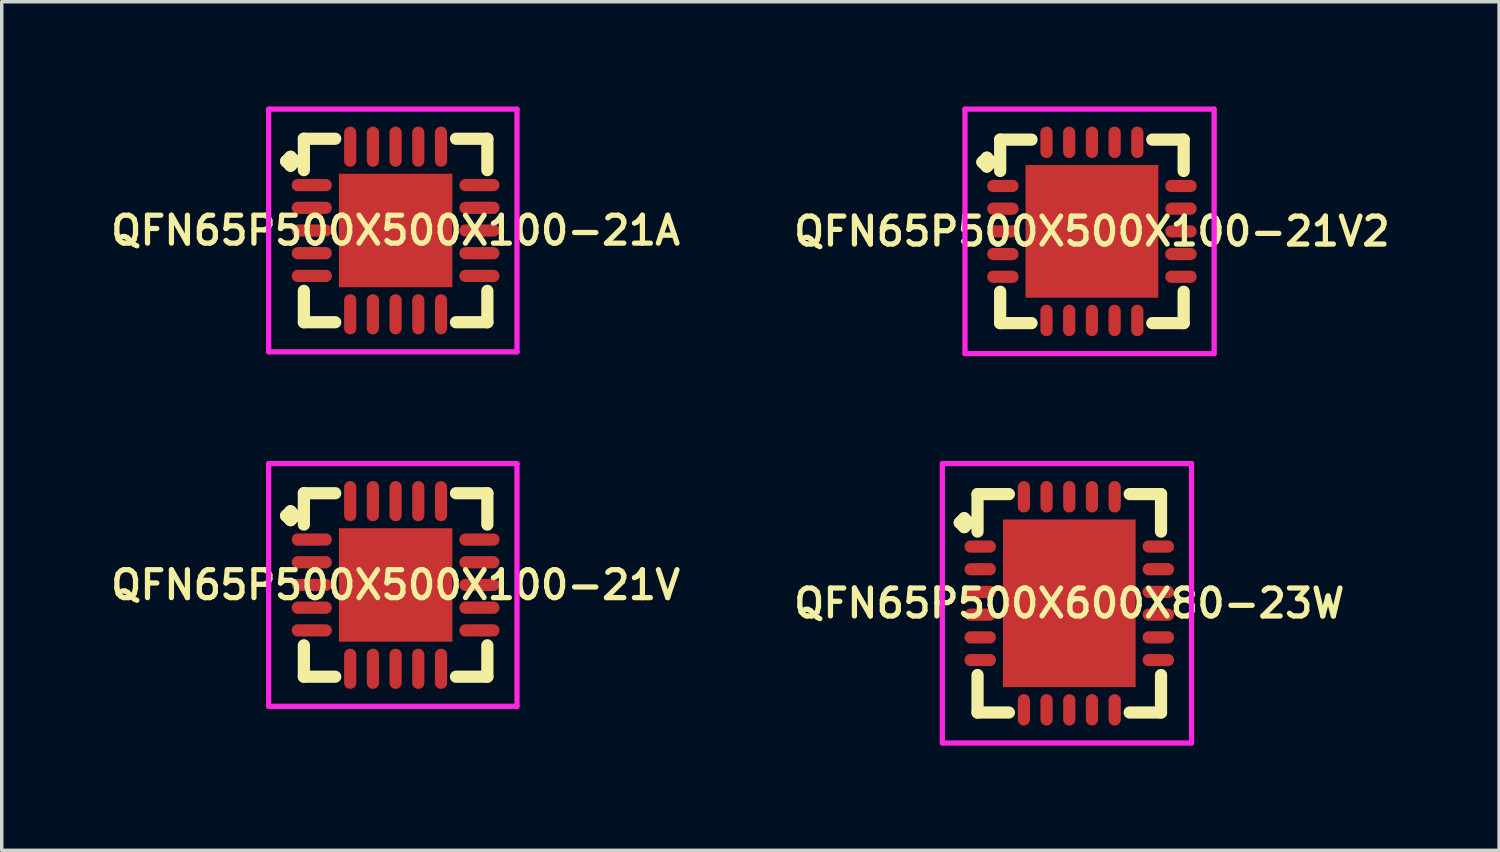
<source format=kicad_pcb>
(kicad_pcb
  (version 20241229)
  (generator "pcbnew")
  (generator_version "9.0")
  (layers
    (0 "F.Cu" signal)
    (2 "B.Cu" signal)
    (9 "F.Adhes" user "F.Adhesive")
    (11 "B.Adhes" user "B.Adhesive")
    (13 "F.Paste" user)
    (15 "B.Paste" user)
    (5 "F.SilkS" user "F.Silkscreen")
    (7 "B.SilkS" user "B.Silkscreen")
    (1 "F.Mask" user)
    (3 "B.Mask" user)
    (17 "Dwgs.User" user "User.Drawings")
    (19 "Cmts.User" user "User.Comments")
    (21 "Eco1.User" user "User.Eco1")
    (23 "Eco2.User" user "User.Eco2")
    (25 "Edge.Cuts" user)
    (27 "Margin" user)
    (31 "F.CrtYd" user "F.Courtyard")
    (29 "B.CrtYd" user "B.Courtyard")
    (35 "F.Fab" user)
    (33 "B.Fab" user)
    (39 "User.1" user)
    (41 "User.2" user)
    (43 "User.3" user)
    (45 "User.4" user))
  (footprint "QFN65P500X500X100-21A"
    (layer "F.Cu")
    (at 8.278 3.55)
    (property "Reference" "QFN65P500X500X100-21A" (at 0 0 0) (layer "F.SilkS") (effects (font (size 0.8 0.8) (thickness 0.15))))
    (attr smd)
    (fp_line (start -3.135 -1.983) (end -3.008 -2.11) (stroke (width 0.35) (type solid)) (layer "F.SilkS"))
    (fp_line (start -3.008 -2.11) (end -2.881 -1.983) (stroke (width 0.35) (type solid)) (layer "F.SilkS"))
    (fp_line (start -3.008 -1.856) (end -3.135 -1.983) (stroke (width 0.35) (type solid)) (layer "F.SilkS"))
    (fp_line (start -2.881 -1.983) (end -3.008 -1.856) (stroke (width 0.35) (type solid)) (layer "F.SilkS"))
    (fp_line (start -2.627 -2.627) (end -1.729 -2.627) (stroke (width 0.35) (type solid)) (layer "F.SilkS"))
    (fp_line (start -2.627 -1.729) (end -2.627 -2.627) (stroke (width 0.35) (type solid)) (layer "F.SilkS"))
    (fp_line (start -2.627 1.729) (end -2.627 2.627) (stroke (width 0.35) (type solid)) (layer "F.SilkS"))
    (fp_line (start -2.627 2.627) (end -1.729 2.627) (stroke (width 0.35) (type solid)) (layer "F.SilkS"))
    (fp_line (start 1.729 -2.627) (end 2.627 -2.627) (stroke (width 0.35) (type solid)) (layer "F.SilkS"))
    (fp_line (start 1.729 2.627) (end 2.627 2.627) (stroke (width 0.35) (type solid)) (layer "F.SilkS"))
    (fp_line (start 2.627 -2.627) (end 2.627 -1.729) (stroke (width 0.35) (type solid)) (layer "F.SilkS"))
    (fp_line (start 2.627 2.627) (end 2.627 1.729) (stroke (width 0.35) (type solid)) (layer "F.SilkS"))
    (fp_line (start -3.635 -3.475) (end 3.475 -3.475) (stroke (width 0.15) (type solid)) (layer "F.CrtYd"))
    (fp_line (start -3.635 3.475) (end -3.635 -3.475) (stroke (width 0.15) (type solid)) (layer "F.CrtYd"))
    (fp_line (start 3.475 -3.475) (end 3.475 3.475) (stroke (width 0.15) (type solid)) (layer "F.CrtYd"))
    (fp_line (start 3.475 3.475) (end -3.635 3.475) (stroke (width 0.15) (type solid)) (layer "F.CrtYd"))
    (pad "1" smd oval (at -2.4 -1.3) (size 1.15 0.35) (layers "F.Cu" "F.Mask" "F.Paste"))
    (pad "2" smd oval (at -2.4 -0.65) (size 1.15 0.35) (layers "F.Cu" "F.Mask" "F.Paste"))
    (pad "3" smd oval (at -2.4 0) (size 1.15 0.35) (layers "F.Cu" "F.Mask" "F.Paste"))
    (pad "4" smd oval (at -2.4 0.65) (size 1.15 0.35) (layers "F.Cu" "F.Mask" "F.Paste"))
    (pad "5" smd oval (at -2.4 1.3) (size 1.15 0.35) (layers "F.Cu" "F.Mask" "F.Paste"))
    (pad "6" smd oval (at -1.3 2.4) (size 0.35 1.15) (layers "F.Cu" "F.Mask" "F.Paste"))
    (pad "7" smd oval (at -0.65 2.4) (size 0.35 1.15) (layers "F.Cu" "F.Mask" "F.Paste"))
    (pad "8" smd oval (at 0 2.4) (size 0.35 1.15) (layers "F.Cu" "F.Mask" "F.Paste"))
    (pad "9" smd oval (at 0.65 2.4) (size 0.35 1.15) (layers "F.Cu" "F.Mask" "F.Paste"))
    (pad "10" smd oval (at 1.3 2.4) (size 0.35 1.15) (layers "F.Cu" "F.Mask" "F.Paste"))
    (pad "11" smd oval (at 2.4 1.3) (size 1.15 0.35) (layers "F.Cu" "F.Mask" "F.Paste"))
    (pad "12" smd oval (at 2.4 0.65) (size 1.15 0.35) (layers "F.Cu" "F.Mask" "F.Paste"))
    (pad "13" smd oval (at 2.4 0) (size 1.15 0.35) (layers "F.Cu" "F.Mask" "F.Paste"))
    (pad "14" smd oval (at 2.4 -0.65) (size 1.15 0.35) (layers "F.Cu" "F.Mask" "F.Paste"))
    (pad "15" smd oval (at 2.4 -1.3) (size 1.15 0.35) (layers "F.Cu" "F.Mask" "F.Paste"))
    (pad "16" smd oval (at 1.3 -2.4) (size 0.35 1.15) (layers "F.Cu" "F.Mask" "F.Paste"))
    (pad "17" smd oval (at 0.65 -2.4) (size 0.35 1.15) (layers "F.Cu" "F.Mask" "F.Paste"))
    (pad "18" smd oval (at 0 -2.4) (size 0.35 1.15) (layers "F.Cu" "F.Mask" "F.Paste"))
    (pad "19" smd oval (at -0.65 -2.4) (size 0.35 1.15) (layers "F.Cu" "F.Mask" "F.Paste"))
    (pad "20" smd oval (at -1.3 -2.4) (size 0.35 1.15) (layers "F.Cu" "F.Mask" "F.Paste"))
    (pad "21" smd rect (at 0 0) (size 3.25 3.25) (layers "F.Cu" "F.Mask" "F.Paste")))
  (footprint "QFN65P500X500X100-21V2"
    (layer "F.Cu")
    (at 28.216 3.575)
    (property "Reference" "QFN65P500X500X100-21V2" (at 0 0 0) (layer "F.SilkS") (effects (font (size 0.8 0.8) (thickness 0.15))))
    (attr smd)
    (fp_line (start -3.135 -1.983) (end -3.008 -2.11) (stroke (width 0.35) (type solid)) (layer "F.SilkS"))
    (fp_line (start -3.008 -2.11) (end -2.881 -1.983) (stroke (width 0.35) (type solid)) (layer "F.SilkS"))
    (fp_line (start -3.008 -1.856) (end -3.135 -1.983) (stroke (width 0.35) (type solid)) (layer "F.SilkS"))
    (fp_line (start -2.881 -1.983) (end -3.008 -1.856) (stroke (width 0.35) (type solid)) (layer "F.SilkS"))
    (fp_line (start -2.627 -2.627) (end -1.729 -2.627) (stroke (width 0.35) (type solid)) (layer "F.SilkS"))
    (fp_line (start -2.627 -1.729) (end -2.627 -2.627) (stroke (width 0.35) (type solid)) (layer "F.SilkS"))
    (fp_line (start -2.627 1.729) (end -2.627 2.627) (stroke (width 0.35) (type solid)) (layer "F.SilkS"))
    (fp_line (start -2.627 2.627) (end -1.729 2.627) (stroke (width 0.35) (type solid)) (layer "F.SilkS"))
    (fp_line (start 1.729 -2.627) (end 2.627 -2.627) (stroke (width 0.35) (type solid)) (layer "F.SilkS"))
    (fp_line (start 1.729 2.627) (end 2.627 2.627) (stroke (width 0.35) (type solid)) (layer "F.SilkS"))
    (fp_line (start 2.627 -2.627) (end 2.627 -1.729) (stroke (width 0.35) (type solid)) (layer "F.SilkS"))
    (fp_line (start 2.627 2.627) (end 2.627 1.729) (stroke (width 0.35) (type solid)) (layer "F.SilkS"))
    (fp_line (start -3.635 -3.5) (end 3.5 -3.5) (stroke (width 0.15) (type solid)) (layer "F.CrtYd"))
    (fp_line (start -3.635 3.5) (end -3.635 -3.5) (stroke (width 0.15) (type solid)) (layer "F.CrtYd"))
    (fp_line (start 3.5 -3.5) (end 3.5 3.5) (stroke (width 0.15) (type solid)) (layer "F.CrtYd"))
    (fp_line (start 3.5 3.5) (end -3.635 3.5) (stroke (width 0.15) (type solid)) (layer "F.CrtYd"))
    (pad "1" smd oval (at -2.55 -1.3) (size 0.9 0.35) (layers "F.Cu" "F.Mask" "F.Paste"))
    (pad "2" smd oval (at -2.55 -0.65) (size 0.9 0.35) (layers "F.Cu" "F.Mask" "F.Paste"))
    (pad "3" smd oval (at -2.55 0) (size 0.9 0.35) (layers "F.Cu" "F.Mask" "F.Paste"))
    (pad "4" smd oval (at -2.55 0.65) (size 0.9 0.35) (layers "F.Cu" "F.Mask" "F.Paste"))
    (pad "5" smd oval (at -2.55 1.3) (size 0.9 0.35) (layers "F.Cu" "F.Mask" "F.Paste"))
    (pad "6" smd oval (at -1.3 2.55) (size 0.35 0.9) (layers "F.Cu" "F.Mask" "F.Paste"))
    (pad "7" smd oval (at -0.65 2.55) (size 0.35 0.9) (layers "F.Cu" "F.Mask" "F.Paste"))
    (pad "8" smd oval (at 0 2.55) (size 0.35 0.9) (layers "F.Cu" "F.Mask" "F.Paste"))
    (pad "9" smd oval (at 0.65 2.55) (size 0.35 0.9) (layers "F.Cu" "F.Mask" "F.Paste"))
    (pad "10" smd oval (at 1.3 2.55) (size 0.35 0.9) (layers "F.Cu" "F.Mask" "F.Paste"))
    (pad "11" smd oval (at 2.55 1.3) (size 0.9 0.35) (layers "F.Cu" "F.Mask" "F.Paste"))
    (pad "12" smd oval (at 2.55 0.65) (size 0.9 0.35) (layers "F.Cu" "F.Mask" "F.Paste"))
    (pad "13" smd oval (at 2.55 0) (size 0.9 0.35) (layers "F.Cu" "F.Mask" "F.Paste"))
    (pad "14" smd oval (at 2.55 -0.65) (size 0.9 0.35) (layers "F.Cu" "F.Mask" "F.Paste"))
    (pad "15" smd oval (at 2.55 -1.3) (size 0.9 0.35) (layers "F.Cu" "F.Mask" "F.Paste"))
    (pad "16" smd oval (at 1.3 -2.55) (size 0.35 0.9) (layers "F.Cu" "F.Mask" "F.Paste"))
    (pad "17" smd oval (at 0.65 -2.55) (size 0.35 0.9) (layers "F.Cu" "F.Mask" "F.Paste"))
    (pad "18" smd oval (at 0 -2.55) (size 0.35 0.9) (layers "F.Cu" "F.Mask" "F.Paste"))
    (pad "19" smd oval (at -0.65 -2.55) (size 0.35 0.9) (layers "F.Cu" "F.Mask" "F.Paste"))
    (pad "20" smd oval (at -1.3 -2.55) (size 0.35 0.9) (layers "F.Cu" "F.Mask" "F.Paste"))
    (pad "21" smd rect (at 0 0) (size 3.8 3.8) (layers "F.Cu" "F.Mask" "F.Paste")))
  (footprint "QFN65P500X500X100-21V"
    (layer "F.Cu")
    (at 8.278 13.7)
    (property "Reference" "QFN65P500X500X100-21V" (at 0 0 0) (layer "F.SilkS") (effects (font (size 0.8 0.8) (thickness 0.15))))
    (attr smd)
    (fp_line (start -3.135 -1.983) (end -3.008 -2.11) (stroke (width 0.35) (type solid)) (layer "F.SilkS"))
    (fp_line (start -3.008 -2.11) (end -2.881 -1.983) (stroke (width 0.35) (type solid)) (layer "F.SilkS"))
    (fp_line (start -3.008 -1.856) (end -3.135 -1.983) (stroke (width 0.35) (type solid)) (layer "F.SilkS"))
    (fp_line (start -2.881 -1.983) (end -3.008 -1.856) (stroke (width 0.35) (type solid)) (layer "F.SilkS"))
    (fp_line (start -2.627 -2.627) (end -1.729 -2.627) (stroke (width 0.35) (type solid)) (layer "F.SilkS"))
    (fp_line (start -2.627 -1.729) (end -2.627 -2.627) (stroke (width 0.35) (type solid)) (layer "F.SilkS"))
    (fp_line (start -2.627 1.729) (end -2.627 2.627) (stroke (width 0.35) (type solid)) (layer "F.SilkS"))
    (fp_line (start -2.627 2.627) (end -1.729 2.627) (stroke (width 0.35) (type solid)) (layer "F.SilkS"))
    (fp_line (start 1.729 -2.627) (end 2.627 -2.627) (stroke (width 0.35) (type solid)) (layer "F.SilkS"))
    (fp_line (start 1.729 2.627) (end 2.627 2.627) (stroke (width 0.35) (type solid)) (layer "F.SilkS"))
    (fp_line (start 2.627 -2.627) (end 2.627 -1.729) (stroke (width 0.35) (type solid)) (layer "F.SilkS"))
    (fp_line (start 2.627 2.627) (end 2.627 1.729) (stroke (width 0.35) (type solid)) (layer "F.SilkS"))
    (fp_line (start -3.635 -3.475) (end 3.475 -3.475) (stroke (width 0.15) (type solid)) (layer "F.CrtYd"))
    (fp_line (start -3.635 3.475) (end -3.635 -3.475) (stroke (width 0.15) (type solid)) (layer "F.CrtYd"))
    (fp_line (start 3.475 -3.475) (end 3.475 3.475) (stroke (width 0.15) (type solid)) (layer "F.CrtYd"))
    (fp_line (start 3.475 3.475) (end -3.635 3.475) (stroke (width 0.15) (type solid)) (layer "F.CrtYd"))
    (pad "1" smd oval (at -2.4 -1.3) (size 1.15 0.35) (layers "F.Cu" "F.Mask" "F.Paste"))
    (pad "2" smd oval (at -2.4 -0.65) (size 1.15 0.35) (layers "F.Cu" "F.Mask" "F.Paste"))
    (pad "3" smd oval (at -2.4 0) (size 1.15 0.35) (layers "F.Cu" "F.Mask" "F.Paste"))
    (pad "4" smd oval (at -2.4 0.65) (size 1.15 0.35) (layers "F.Cu" "F.Mask" "F.Paste"))
    (pad "5" smd oval (at -2.4 1.3) (size 1.15 0.35) (layers "F.Cu" "F.Mask" "F.Paste"))
    (pad "6" smd oval (at -1.3 2.4) (size 0.35 1.15) (layers "F.Cu" "F.Mask" "F.Paste"))
    (pad "7" smd oval (at -0.65 2.4) (size 0.35 1.15) (layers "F.Cu" "F.Mask" "F.Paste"))
    (pad "8" smd oval (at 0 2.4) (size 0.35 1.15) (layers "F.Cu" "F.Mask" "F.Paste"))
    (pad "9" smd oval (at 0.65 2.4) (size 0.35 1.15) (layers "F.Cu" "F.Mask" "F.Paste"))
    (pad "10" smd oval (at 1.3 2.4) (size 0.35 1.15) (layers "F.Cu" "F.Mask" "F.Paste"))
    (pad "11" smd oval (at 2.4 1.3) (size 1.15 0.35) (layers "F.Cu" "F.Mask" "F.Paste"))
    (pad "12" smd oval (at 2.4 0.65) (size 1.15 0.35) (layers "F.Cu" "F.Mask" "F.Paste"))
    (pad "13" smd oval (at 2.4 0) (size 1.15 0.35) (layers "F.Cu" "F.Mask" "F.Paste"))
    (pad "14" smd oval (at 2.4 -0.65) (size 1.15 0.35) (layers "F.Cu" "F.Mask" "F.Paste"))
    (pad "15" smd oval (at 2.4 -1.3) (size 1.15 0.35) (layers "F.Cu" "F.Mask" "F.Paste"))
    (pad "16" smd oval (at 1.3 -2.4) (size 0.35 1.15) (layers "F.Cu" "F.Mask" "F.Paste"))
    (pad "17" smd oval (at 0.65 -2.4) (size 0.35 1.15) (layers "F.Cu" "F.Mask" "F.Paste"))
    (pad "18" smd oval (at 0 -2.4) (size 0.35 1.15) (layers "F.Cu" "F.Mask" "F.Paste"))
    (pad "19" smd oval (at -0.65 -2.4) (size 0.35 1.15) (layers "F.Cu" "F.Mask" "F.Paste"))
    (pad "20" smd oval (at -1.3 -2.4) (size 0.35 1.15) (layers "F.Cu" "F.Mask" "F.Paste"))
    (pad "21" smd rect (at 0 0) (size 3.25 3.25) (layers "F.Cu" "F.Mask" "F.Paste")))
  (footprint "QFN65P500X600X80-23W"
    (layer "F.Cu")
    (at 27.568 14.225)
    (property "Reference" "QFN65P500X600X80-23W" (at 0 0 0) (layer "F.SilkS") (effects (font (size 0.8 0.8) (thickness 0.15))))
    (attr smd)
    (fp_line (start -3.135 -2.308) (end -3.008 -2.435) (stroke (width 0.35) (type solid)) (layer "F.SilkS"))
    (fp_line (start -3.008 -2.435) (end -2.881 -2.308) (stroke (width 0.35) (type solid)) (layer "F.SilkS"))
    (fp_line (start -3.008 -2.181) (end -3.135 -2.308) (stroke (width 0.35) (type solid)) (layer "F.SilkS"))
    (fp_line (start -2.881 -2.308) (end -3.008 -2.181) (stroke (width 0.35) (type solid)) (layer "F.SilkS"))
    (fp_line (start -2.627 -3.127) (end -1.729 -3.127) (stroke (width 0.35) (type solid)) (layer "F.SilkS"))
    (fp_line (start -2.627 -2.054) (end -2.627 -3.127) (stroke (width 0.35) (type solid)) (layer "F.SilkS"))
    (fp_line (start -2.627 2.054) (end -2.627 3.127) (stroke (width 0.35) (type solid)) (layer "F.SilkS"))
    (fp_line (start -2.627 3.127) (end -1.729 3.127) (stroke (width 0.35) (type solid)) (layer "F.SilkS"))
    (fp_line (start 1.729 -3.127) (end 2.627 -3.127) (stroke (width 0.35) (type solid)) (layer "F.SilkS"))
    (fp_line (start 1.729 3.127) (end 2.627 3.127) (stroke (width 0.35) (type solid)) (layer "F.SilkS"))
    (fp_line (start 2.627 -3.127) (end 2.627 -2.054) (stroke (width 0.35) (type solid)) (layer "F.SilkS"))
    (fp_line (start 2.627 3.127) (end 2.627 2.054) (stroke (width 0.35) (type solid)) (layer "F.SilkS"))
    (fp_line (start -3.635 -4) (end 3.5 -4) (stroke (width 0.15) (type solid)) (layer "F.CrtYd"))
    (fp_line (start -3.635 4) (end -3.635 -4) (stroke (width 0.15) (type solid)) (layer "F.CrtYd"))
    (fp_line (start 3.5 -4) (end 3.5 4) (stroke (width 0.15) (type solid)) (layer "F.CrtYd"))
    (fp_line (start 3.5 4) (end -3.635 4) (stroke (width 0.15) (type solid)) (layer "F.CrtYd"))
    (pad "1" smd oval (at -2.55 -1.625) (size 0.9 0.35) (layers "F.Cu" "F.Mask" "F.Paste"))
    (pad "2" smd oval (at -2.55 -0.975) (size 0.9 0.35) (layers "F.Cu" "F.Mask" "F.Paste"))
    (pad "3" smd oval (at -2.55 -0.325) (size 0.9 0.35) (layers "F.Cu" "F.Mask" "F.Paste"))
    (pad "4" smd oval (at -2.55 0.325) (size 0.9 0.35) (layers "F.Cu" "F.Mask" "F.Paste"))
    (pad "5" smd oval (at -2.55 0.975) (size 0.9 0.35) (layers "F.Cu" "F.Mask" "F.Paste"))
    (pad "6" smd oval (at -2.55 1.625) (size 0.9 0.35) (layers "F.Cu" "F.Mask" "F.Paste"))
    (pad "7" smd oval (at -1.3 3.05) (size 0.35 0.9) (layers "F.Cu" "F.Mask" "F.Paste"))
    (pad "8" smd oval (at -0.65 3.05) (size 0.35 0.9) (layers "F.Cu" "F.Mask" "F.Paste"))
    (pad "9" smd oval (at 0 3.05) (size 0.35 0.9) (layers "F.Cu" "F.Mask" "F.Paste"))
    (pad "10" smd oval (at 0.65 3.05) (size 0.35 0.9) (layers "F.Cu" "F.Mask" "F.Paste"))
    (pad "11" smd oval (at 1.3 3.05) (size 0.35 0.9) (layers "F.Cu" "F.Mask" "F.Paste"))
    (pad "12" smd oval (at 2.55 1.625) (size 0.9 0.35) (layers "F.Cu" "F.Mask" "F.Paste"))
    (pad "13" smd oval (at 2.55 0.975) (size 0.9 0.35) (layers "F.Cu" "F.Mask" "F.Paste"))
    (pad "14" smd oval (at 2.55 0.325) (size 0.9 0.35) (layers "F.Cu" "F.Mask" "F.Paste"))
    (pad "15" smd oval (at 2.55 -0.325) (size 0.9 0.35) (layers "F.Cu" "F.Mask" "F.Paste"))
    (pad "16" smd oval (at 2.55 -0.975) (size 0.9 0.35) (layers "F.Cu" "F.Mask" "F.Paste"))
    (pad "17" smd oval (at 2.55 -1.625) (size 0.9 0.35) (layers "F.Cu" "F.Mask" "F.Paste"))
    (pad "18" smd oval (at 1.3 -3.05) (size 0.35 0.9) (layers "F.Cu" "F.Mask" "F.Paste"))
    (pad "19" smd oval (at 0.65 -3.05) (size 0.35 0.9) (layers "F.Cu" "F.Mask" "F.Paste"))
    (pad "20" smd oval (at 0 -3.05) (size 0.35 0.9) (layers "F.Cu" "F.Mask" "F.Paste"))
    (pad "21" smd oval (at -0.65 -3.05) (size 0.35 0.9) (layers "F.Cu" "F.Mask" "F.Paste"))
    (pad "22" smd oval (at -1.3 -3.05) (size 0.35 0.9) (layers "F.Cu" "F.Mask" "F.Paste"))
    (pad "23" smd rect (at 0 0) (size 3.8 4.8) (layers "F.Cu" "F.Mask" "F.Paste")))
  (gr_rect
    (start -3 -3)
    (end 39.875 21.3)
    (stroke (width 0.1) (type default))
    (fill no)
    (layer "Edge.Cuts")))
</source>
